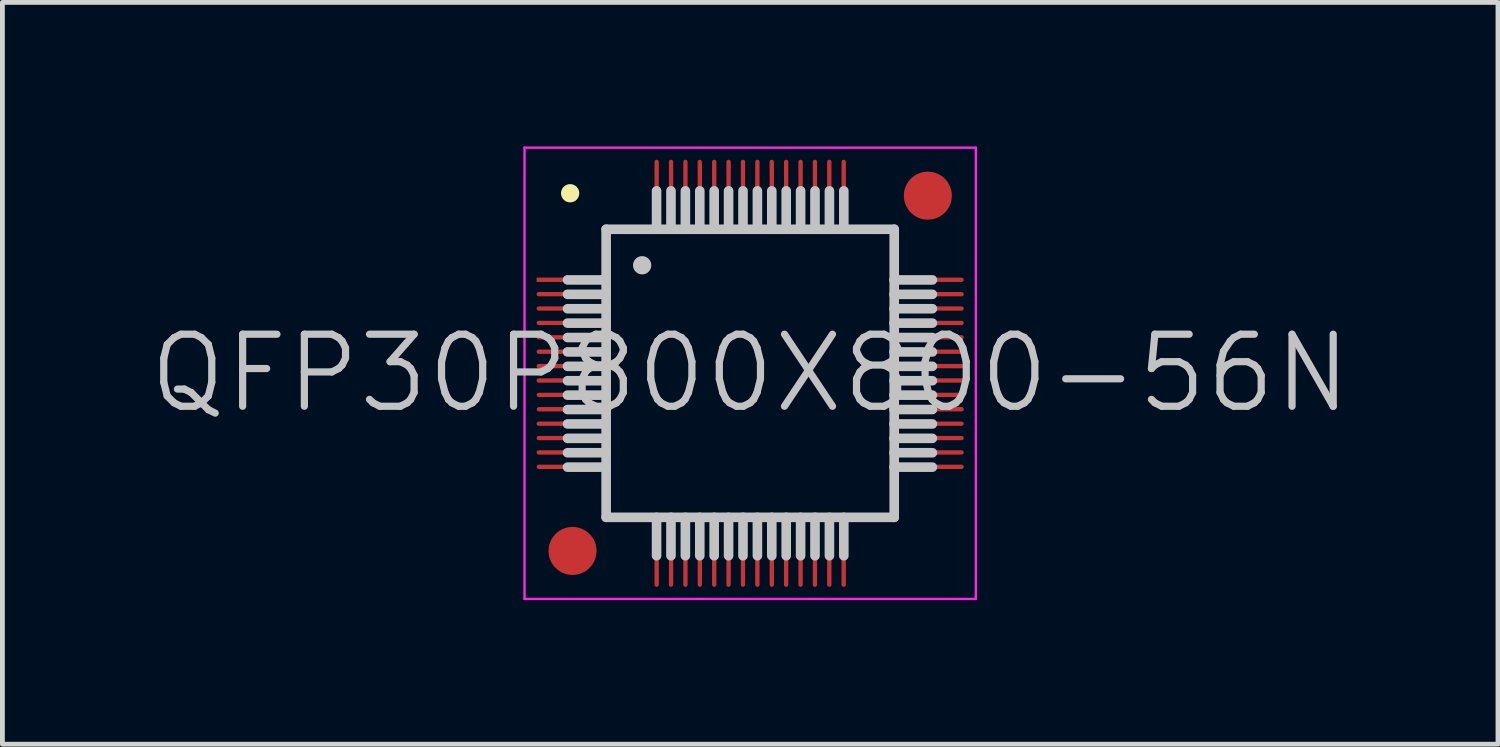
<source format=kicad_pcb>
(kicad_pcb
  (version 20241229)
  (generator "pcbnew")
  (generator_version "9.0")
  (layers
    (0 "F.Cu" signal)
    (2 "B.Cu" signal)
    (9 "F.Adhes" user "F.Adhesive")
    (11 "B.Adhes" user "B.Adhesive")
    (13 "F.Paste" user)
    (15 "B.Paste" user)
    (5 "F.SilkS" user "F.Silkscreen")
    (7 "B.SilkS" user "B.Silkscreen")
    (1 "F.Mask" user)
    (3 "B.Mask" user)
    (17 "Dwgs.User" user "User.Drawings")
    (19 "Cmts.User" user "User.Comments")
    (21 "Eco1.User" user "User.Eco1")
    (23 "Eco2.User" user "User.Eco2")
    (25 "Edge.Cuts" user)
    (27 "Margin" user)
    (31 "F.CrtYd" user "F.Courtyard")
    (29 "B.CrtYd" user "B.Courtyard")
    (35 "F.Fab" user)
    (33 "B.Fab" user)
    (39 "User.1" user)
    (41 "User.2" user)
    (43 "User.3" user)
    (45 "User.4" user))
  (footprint "QFP30P800X800-56N"
    (layer "F.Cu")
    (at 12.575 4.725)
    (property "Reference" "QFP30P800X800-56N" (at 0 0 0) (layer "Dwgs.User") (effects (font (size 1.5 1.5) (thickness 0.15))))
    (attr smd)
    (fp_line (start -3.75 -3.75) (end -3.75 -3.75) (stroke (width 0.381) (type solid)) (layer "F.SilkS"))
    (fp_line (start -3.005 -1.945) (end -3.805 -1.945) (stroke (width 0.2) (type solid)) (layer "Dwgs.User"))
    (fp_line (start -3.005 -1.645) (end -3.805 -1.645) (stroke (width 0.2) (type solid)) (layer "Dwgs.User"))
    (fp_line (start -3.005 -1.345) (end -3.805 -1.345) (stroke (width 0.2) (type solid)) (layer "Dwgs.User"))
    (fp_line (start -3.005 -1.045) (end -3.805 -1.045) (stroke (width 0.2) (type solid)) (layer "Dwgs.User"))
    (fp_line (start -3.005 -0.745) (end -3.805 -0.745) (stroke (width 0.2) (type solid)) (layer "Dwgs.User"))
    (fp_line (start -3.005 -0.445) (end -3.805 -0.445) (stroke (width 0.2) (type solid)) (layer "Dwgs.User"))
    (fp_line (start -3.005 -0.145) (end -3.805 -0.145) (stroke (width 0.2) (type solid)) (layer "Dwgs.User"))
    (fp_line (start -3.005 0.155) (end -3.805 0.155) (stroke (width 0.2) (type solid)) (layer "Dwgs.User"))
    (fp_line (start -3.005 0.455) (end -3.805 0.455) (stroke (width 0.2) (type solid)) (layer "Dwgs.User"))
    (fp_line (start -3.005 0.755) (end -3.805 0.755) (stroke (width 0.2) (type solid)) (layer "Dwgs.User"))
    (fp_line (start -3.005 1.055) (end -3.805 1.055) (stroke (width 0.2) (type solid)) (layer "Dwgs.User"))
    (fp_line (start -3.005 1.355) (end -3.805 1.355) (stroke (width 0.2) (type solid)) (layer "Dwgs.User"))
    (fp_line (start -3.005 1.655) (end -3.805 1.655) (stroke (width 0.2) (type solid)) (layer "Dwgs.User"))
    (fp_line (start -3.005 1.955) (end -3.805 1.955) (stroke (width 0.2) (type solid)) (layer "Dwgs.User"))
    (fp_line (start -3 -3) (end -3 3) (stroke (width 0.2) (type solid)) (layer "Dwgs.User"))
    (fp_line (start -3 -3) (end 3 -3) (stroke (width 0.2) (type solid)) (layer "Dwgs.User"))
    (fp_line (start -3 3) (end 3 3) (stroke (width 0.2) (type solid)) (layer "Dwgs.User"))
    (fp_line (start -2.25 -2.25) (end -2.25 -2.25) (stroke (width 0.381) (type solid)) (layer "Dwgs.User"))
    (fp_line (start -1.95 -3) (end -1.95 -3.8) (stroke (width 0.2) (type solid)) (layer "Dwgs.User"))
    (fp_line (start -1.95 3.8) (end -1.95 3) (stroke (width 0.2) (type solid)) (layer "Dwgs.User"))
    (fp_line (start -1.65 -3) (end -1.65 -3.8) (stroke (width 0.2) (type solid)) (layer "Dwgs.User"))
    (fp_line (start -1.65 3.8) (end -1.65 3) (stroke (width 0.2) (type solid)) (layer "Dwgs.User"))
    (fp_line (start -1.35 -3) (end -1.35 -3.8) (stroke (width 0.2) (type solid)) (layer "Dwgs.User"))
    (fp_line (start -1.35 3.8) (end -1.35 3) (stroke (width 0.2) (type solid)) (layer "Dwgs.User"))
    (fp_line (start -1.05 -3) (end -1.05 -3.8) (stroke (width 0.2) (type solid)) (layer "Dwgs.User"))
    (fp_line (start -1.05 3.8) (end -1.05 3) (stroke (width 0.2) (type solid)) (layer "Dwgs.User"))
    (fp_line (start -0.75 -3) (end -0.75 -3.8) (stroke (width 0.2) (type solid)) (layer "Dwgs.User"))
    (fp_line (start -0.75 3.8) (end -0.75 3) (stroke (width 0.2) (type solid)) (layer "Dwgs.User"))
    (fp_line (start -0.45 -3) (end -0.45 -3.8) (stroke (width 0.2) (type solid)) (layer "Dwgs.User"))
    (fp_line (start -0.45 3.8) (end -0.45 3) (stroke (width 0.2) (type solid)) (layer "Dwgs.User"))
    (fp_line (start -0.15 -3) (end -0.15 -3.8) (stroke (width 0.2) (type solid)) (layer "Dwgs.User"))
    (fp_line (start -0.15 3.8) (end -0.15 3) (stroke (width 0.2) (type solid)) (layer "Dwgs.User"))
    (fp_line (start 0.15 -3) (end 0.15 -3.8) (stroke (width 0.2) (type solid)) (layer "Dwgs.User"))
    (fp_line (start 0.15 3.8) (end 0.15 3) (stroke (width 0.2) (type solid)) (layer "Dwgs.User"))
    (fp_line (start 0.45 -3) (end 0.45 -3.8) (stroke (width 0.2) (type solid)) (layer "Dwgs.User"))
    (fp_line (start 0.45 3.8) (end 0.45 3) (stroke (width 0.2) (type solid)) (layer "Dwgs.User"))
    (fp_line (start 0.75 -3) (end 0.75 -3.8) (stroke (width 0.2) (type solid)) (layer "Dwgs.User"))
    (fp_line (start 0.75 3.8) (end 0.75 3) (stroke (width 0.2) (type solid)) (layer "Dwgs.User"))
    (fp_line (start 1.05 -3) (end 1.05 -3.8) (stroke (width 0.2) (type solid)) (layer "Dwgs.User"))
    (fp_line (start 1.05 3.8) (end 1.05 3) (stroke (width 0.2) (type solid)) (layer "Dwgs.User"))
    (fp_line (start 1.35 -3) (end 1.35 -3.8) (stroke (width 0.2) (type solid)) (layer "Dwgs.User"))
    (fp_line (start 1.35 3.8) (end 1.35 3) (stroke (width 0.2) (type solid)) (layer "Dwgs.User"))
    (fp_line (start 1.65 -3) (end 1.65 -3.8) (stroke (width 0.2) (type solid)) (layer "Dwgs.User"))
    (fp_line (start 1.65 3.8) (end 1.65 3) (stroke (width 0.2) (type solid)) (layer "Dwgs.User"))
    (fp_line (start 1.95 -3) (end 1.95 -3.8) (stroke (width 0.2) (type solid)) (layer "Dwgs.User"))
    (fp_line (start 1.95 3.8) (end 1.95 3) (stroke (width 0.2) (type solid)) (layer "Dwgs.User"))
    (fp_line (start 3 -3) (end 3 3) (stroke (width 0.2) (type solid)) (layer "Dwgs.User"))
    (fp_line (start 3.795 -1.945) (end 2.995 -1.945) (stroke (width 0.2) (type solid)) (layer "Dwgs.User"))
    (fp_line (start 3.795 -1.645) (end 2.995 -1.645) (stroke (width 0.2) (type solid)) (layer "Dwgs.User"))
    (fp_line (start 3.795 -1.345) (end 2.995 -1.345) (stroke (width 0.2) (type solid)) (layer "Dwgs.User"))
    (fp_line (start 3.795 -1.045) (end 2.995 -1.045) (stroke (width 0.2) (type solid)) (layer "Dwgs.User"))
    (fp_line (start 3.795 -0.745) (end 2.995 -0.745) (stroke (width 0.2) (type solid)) (layer "Dwgs.User"))
    (fp_line (start 3.795 -0.445) (end 2.995 -0.445) (stroke (width 0.2) (type solid)) (layer "Dwgs.User"))
    (fp_line (start 3.795 -0.145) (end 2.995 -0.145) (stroke (width 0.2) (type solid)) (layer "Dwgs.User"))
    (fp_line (start 3.795 0.155) (end 2.995 0.155) (stroke (width 0.2) (type solid)) (layer "Dwgs.User"))
    (fp_line (start 3.795 0.455) (end 2.995 0.455) (stroke (width 0.2) (type solid)) (layer "Dwgs.User"))
    (fp_line (start 3.795 0.755) (end 2.995 0.755) (stroke (width 0.2) (type solid)) (layer "Dwgs.User"))
    (fp_line (start 3.795 1.055) (end 2.995 1.055) (stroke (width 0.2) (type solid)) (layer "Dwgs.User"))
    (fp_line (start 3.795 1.355) (end 2.995 1.355) (stroke (width 0.2) (type solid)) (layer "Dwgs.User"))
    (fp_line (start 3.795 1.655) (end 2.995 1.655) (stroke (width 0.2) (type solid)) (layer "Dwgs.User"))
    (fp_line (start 3.795 1.955) (end 2.995 1.955) (stroke (width 0.2) (type solid)) (layer "Dwgs.User"))
    (fp_line (start -4.7 -4.7) (end -4.7 4.7) (stroke (width 0.05) (type solid)) (layer "F.CrtYd"))
    (fp_line (start -4.7 -4.7) (end 4.7 -4.7) (stroke (width 0.05) (type solid)) (layer "F.CrtYd"))
    (fp_line (start -4.7 4.7) (end 4.7 4.7) (stroke (width 0.05) (type solid)) (layer "F.CrtYd"))
    (fp_line (start 4.7 -4.7) (end 4.7 4.7) (stroke (width 0.05) (type solid)) (layer "F.CrtYd"))
    (pad "" smd circle (at -3.7 3.7) (size 1 1) (layers "F.Cu" "F.Mask"))
    (pad "" smd circle (at 3.7 -3.7) (size 1 1) (layers "F.Cu" "F.Mask"))
    (pad "1" smd rect (at -3.698 -1.948 90) (size 0.09 1.5) (layers "F.Cu" "F.Mask" "F.Paste"))
    (pad "2" smd oval (at -3.698 -1.648 90) (size 0.09 1.5) (layers "F.Cu" "F.Mask" "F.Paste"))
    (pad "3" smd oval (at -3.698 -1.349 90) (size 0.09 1.5) (layers "F.Cu" "F.Mask" "F.Paste"))
    (pad "4" smd oval (at -3.698 -1.049 90) (size 0.09 1.5) (layers "F.Cu" "F.Mask" "F.Paste"))
    (pad "5" smd oval (at -3.698 -0.749 90) (size 0.09 1.5) (layers "F.Cu" "F.Mask" "F.Paste"))
    (pad "6" smd oval (at -3.698 -0.45 90) (size 0.09 1.5) (layers "F.Cu" "F.Mask" "F.Paste"))
    (pad "7" smd oval (at -3.698 -0.15 90) (size 0.09 1.5) (layers "F.Cu" "F.Mask" "F.Paste"))
    (pad "8" smd oval (at -3.698 0.15 90) (size 0.09 1.5) (layers "F.Cu" "F.Mask" "F.Paste"))
    (pad "9" smd oval (at -3.698 0.45 90) (size 0.09 1.5) (layers "F.Cu" "F.Mask" "F.Paste"))
    (pad "10" smd oval (at -3.698 0.749 90) (size 0.09 1.5) (layers "F.Cu" "F.Mask" "F.Paste"))
    (pad "11" smd oval (at -3.698 1.049 90) (size 0.09 1.5) (layers "F.Cu" "F.Mask" "F.Paste"))
    (pad "12" smd oval (at -3.698 1.349 90) (size 0.09 1.5) (layers "F.Cu" "F.Mask" "F.Paste"))
    (pad "13" smd oval (at -3.698 1.648 90) (size 0.09 1.5) (layers "F.Cu" "F.Mask" "F.Paste"))
    (pad "14" smd oval (at -3.698 1.948 90) (size 0.09 1.5) (layers "F.Cu" "F.Mask" "F.Paste"))
    (pad "15" smd oval (at -1.948 3.698 180) (size 0.09 1.5) (layers "F.Cu" "F.Mask" "F.Paste"))
    (pad "16" smd oval (at -1.648 3.698 180) (size 0.09 1.5) (layers "F.Cu" "F.Mask" "F.Paste"))
    (pad "17" smd oval (at -1.349 3.698 180) (size 0.09 1.5) (layers "F.Cu" "F.Mask" "F.Paste"))
    (pad "18" smd oval (at -1.049 3.698 180) (size 0.09 1.5) (layers "F.Cu" "F.Mask" "F.Paste"))
    (pad "19" smd oval (at -0.749 3.698 180) (size 0.09 1.5) (layers "F.Cu" "F.Mask" "F.Paste"))
    (pad "20" smd oval (at -0.45 3.698 180) (size 0.09 1.5) (layers "F.Cu" "F.Mask" "F.Paste"))
    (pad "21" smd oval (at -0.15 3.698 180) (size 0.09 1.5) (layers "F.Cu" "F.Mask" "F.Paste"))
    (pad "22" smd oval (at 0.15 3.698 180) (size 0.09 1.5) (layers "F.Cu" "F.Mask" "F.Paste"))
    (pad "23" smd oval (at 0.45 3.698 180) (size 0.09 1.5) (layers "F.Cu" "F.Mask" "F.Paste"))
    (pad "24" smd oval (at 0.749 3.698 180) (size 0.09 1.5) (layers "F.Cu" "F.Mask" "F.Paste"))
    (pad "25" smd oval (at 1.049 3.698 180) (size 0.09 1.5) (layers "F.Cu" "F.Mask" "F.Paste"))
    (pad "26" smd oval (at 1.349 3.698 180) (size 0.09 1.5) (layers "F.Cu" "F.Mask" "F.Paste"))
    (pad "27" smd oval (at 1.648 3.698 180) (size 0.09 1.5) (layers "F.Cu" "F.Mask" "F.Paste"))
    (pad "28" smd oval (at 1.948 3.698 180) (size 0.09 1.5) (layers "F.Cu" "F.Mask" "F.Paste"))
    (pad "29" smd oval (at 3.698 1.948 270) (size 0.09 1.5) (layers "F.Cu" "F.Mask" "F.Paste"))
    (pad "30" smd oval (at 3.698 1.648 270) (size 0.09 1.5) (layers "F.Cu" "F.Mask" "F.Paste"))
    (pad "31" smd oval (at 3.698 1.349 270) (size 0.09 1.5) (layers "F.Cu" "F.Mask" "F.Paste"))
    (pad "32" smd oval (at 3.698 1.049 270) (size 0.09 1.5) (layers "F.Cu" "F.Mask" "F.Paste"))
    (pad "33" smd oval (at 3.698 0.749 270) (size 0.09 1.5) (layers "F.Cu" "F.Mask" "F.Paste"))
    (pad "34" smd oval (at 3.698 0.45 270) (size 0.09 1.5) (layers "F.Cu" "F.Mask" "F.Paste"))
    (pad "35" smd oval (at 3.698 0.15 270) (size 0.09 1.5) (layers "F.Cu" "F.Mask" "F.Paste"))
    (pad "36" smd oval (at 3.698 -0.15 270) (size 0.09 1.5) (layers "F.Cu" "F.Mask" "F.Paste"))
    (pad "37" smd oval (at 3.698 -0.45 270) (size 0.09 1.5) (layers "F.Cu" "F.Mask" "F.Paste"))
    (pad "38" smd oval (at 3.698 -0.749 270) (size 0.09 1.5) (layers "F.Cu" "F.Mask" "F.Paste"))
    (pad "39" smd oval (at 3.698 -1.049 270) (size 0.09 1.5) (layers "F.Cu" "F.Mask" "F.Paste"))
    (pad "40" smd oval (at 3.698 -1.349 270) (size 0.09 1.5) (layers "F.Cu" "F.Mask" "F.Paste"))
    (pad "41" smd oval (at 3.698 -1.648 270) (size 0.09 1.5) (layers "F.Cu" "F.Mask" "F.Paste"))
    (pad "42" smd oval (at 3.698 -1.948 270) (size 0.09 1.5) (layers "F.Cu" "F.Mask" "F.Paste"))
    (pad "43" smd oval (at 1.948 -3.698) (size 0.09 1.5) (layers "F.Cu" "F.Mask" "F.Paste"))
    (pad "44" smd oval (at 1.648 -3.698) (size 0.09 1.5) (layers "F.Cu" "F.Mask" "F.Paste"))
    (pad "45" smd oval (at 1.349 -3.698) (size 0.09 1.5) (layers "F.Cu" "F.Mask" "F.Paste"))
    (pad "46" smd oval (at 1.049 -3.698) (size 0.09 1.5) (layers "F.Cu" "F.Mask" "F.Paste"))
    (pad "47" smd oval (at 0.749 -3.698) (size 0.09 1.5) (layers "F.Cu" "F.Mask" "F.Paste"))
    (pad "48" smd oval (at 0.45 -3.698) (size 0.09 1.5) (layers "F.Cu" "F.Mask" "F.Paste"))
    (pad "49" smd oval (at 0.15 -3.698) (size 0.09 1.5) (layers "F.Cu" "F.Mask" "F.Paste"))
    (pad "50" smd oval (at -0.15 -3.698) (size 0.09 1.5) (layers "F.Cu" "F.Mask" "F.Paste"))
    (pad "51" smd oval (at -0.45 -3.698) (size 0.09 1.5) (layers "F.Cu" "F.Mask" "F.Paste"))
    (pad "52" smd oval (at -0.749 -3.698) (size 0.09 1.5) (layers "F.Cu" "F.Mask" "F.Paste"))
    (pad "53" smd oval (at -1.049 -3.698) (size 0.09 1.5) (layers "F.Cu" "F.Mask" "F.Paste"))
    (pad "54" smd oval (at -1.349 -3.698) (size 0.09 1.5) (layers "F.Cu" "F.Mask" "F.Paste"))
    (pad "55" smd oval (at -1.648 -3.698) (size 0.09 1.5) (layers "F.Cu" "F.Mask" "F.Paste"))
    (pad "56" smd oval (at -1.948 -3.698) (size 0.09 1.5) (layers "F.Cu" "F.Mask" "F.Paste")))
  (gr_rect
    (start -3 -3)
    (end 28.15 12.45)
    (stroke (width 0.1) (type default))
    (fill no)
    (layer "Edge.Cuts")))
</source>
